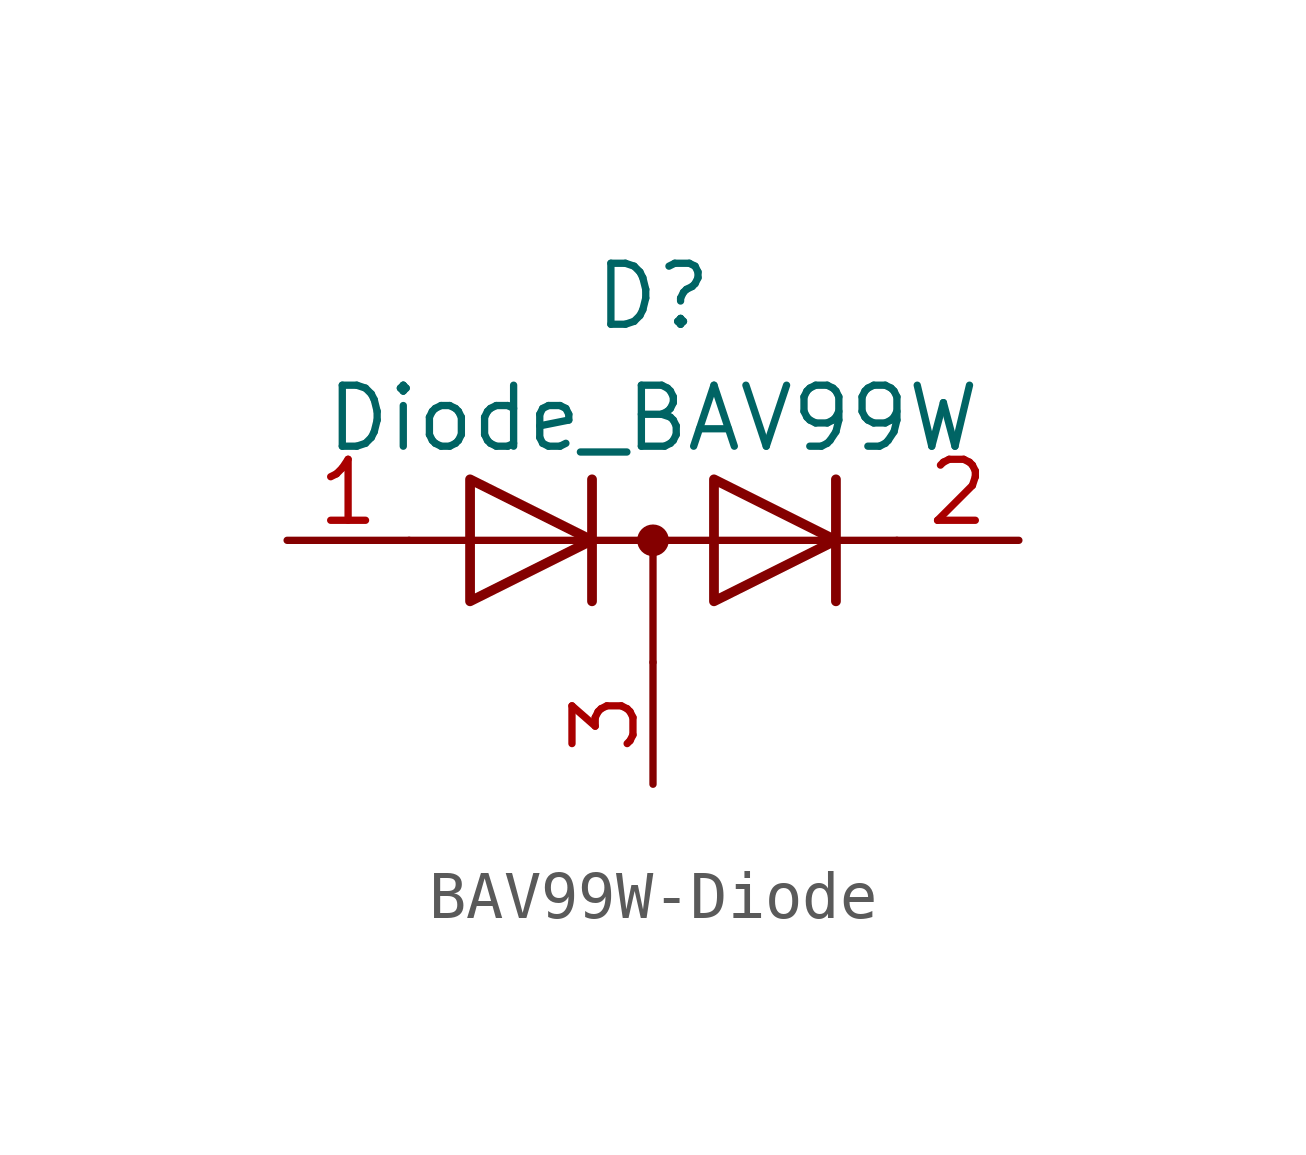
<source format=kicad_sym>
(kicad_symbol_lib
  (version 20220914)
  (generator kicad_symbol_editor)
  (symbol "BAV99W-Diode"
    (pin_names hide)
    (property "Reference" "D"
      (at 0 5.08 0)
      (effects (font (size 1.27 1.27))))
    (property "Value" "Diode_BAV99W"
      (at 0 2.54 0)
      (effects (font (size 1.27 1.27))))
    (symbol "BAV99W-Diode_0_1"
      (polyline (pts (xy -5.08 0) (xy 5.08 0)) (stroke (width 0) (type solid)) (fill (type none))))
    (symbol "BAV99W-Diode_1_1"
      (polyline (pts (xy 0 0) (xy 0 -2.54)) (stroke (width 0) (type solid)) (fill (type none)))
      (polyline (pts (xy -1.27 -1.27) (xy -1.27 1.27) (xy -1.27 1.27)) (stroke (width 0.203) (type solid)) (fill (type none)))
      (polyline (pts (xy 3.81 1.27) (xy 3.81 -1.27) (xy 3.81 -1.27)) (stroke (width 0.203) (type solid)) (fill (type none)))
      (polyline (pts (xy -3.81 1.27) (xy -1.27 0) (xy -3.81 -1.27) (xy -3.81 1.27) (xy -3.81 1.27) (xy -3.81 1.27)) (stroke (width 0.203) (type solid)) (fill (type none)))
      (polyline (pts (xy 1.27 1.27) (xy 3.81 0) (xy 1.27 -1.27) (xy 1.27 1.27) (xy 1.27 1.27) (xy 1.27 1.27)) (stroke (width 0.203) (type solid)) (fill (type none)))
      (circle (center 0 0) (radius 0.254) (stroke (width 0) (type solid)) (fill (type outline)))
      (pin passive line (at -7.62 0 0) (length 2.54) (name "K" (effects (font (size 1.27 1.27)))) (number "1" (effects (font (size 1.27 1.27)))))
      (pin passive line (at 7.62 0 180) (length 2.54) (name "A" (effects (font (size 1.27 1.27)))) (number "2" (effects (font (size 1.27 1.27)))))
      (pin passive line (at 0 -5.08 90) (length 2.54) (name "K" (effects (font (size 1.27 1.27)))) (number "3" (effects (font (size 1.27 1.27))))))))
</source>
